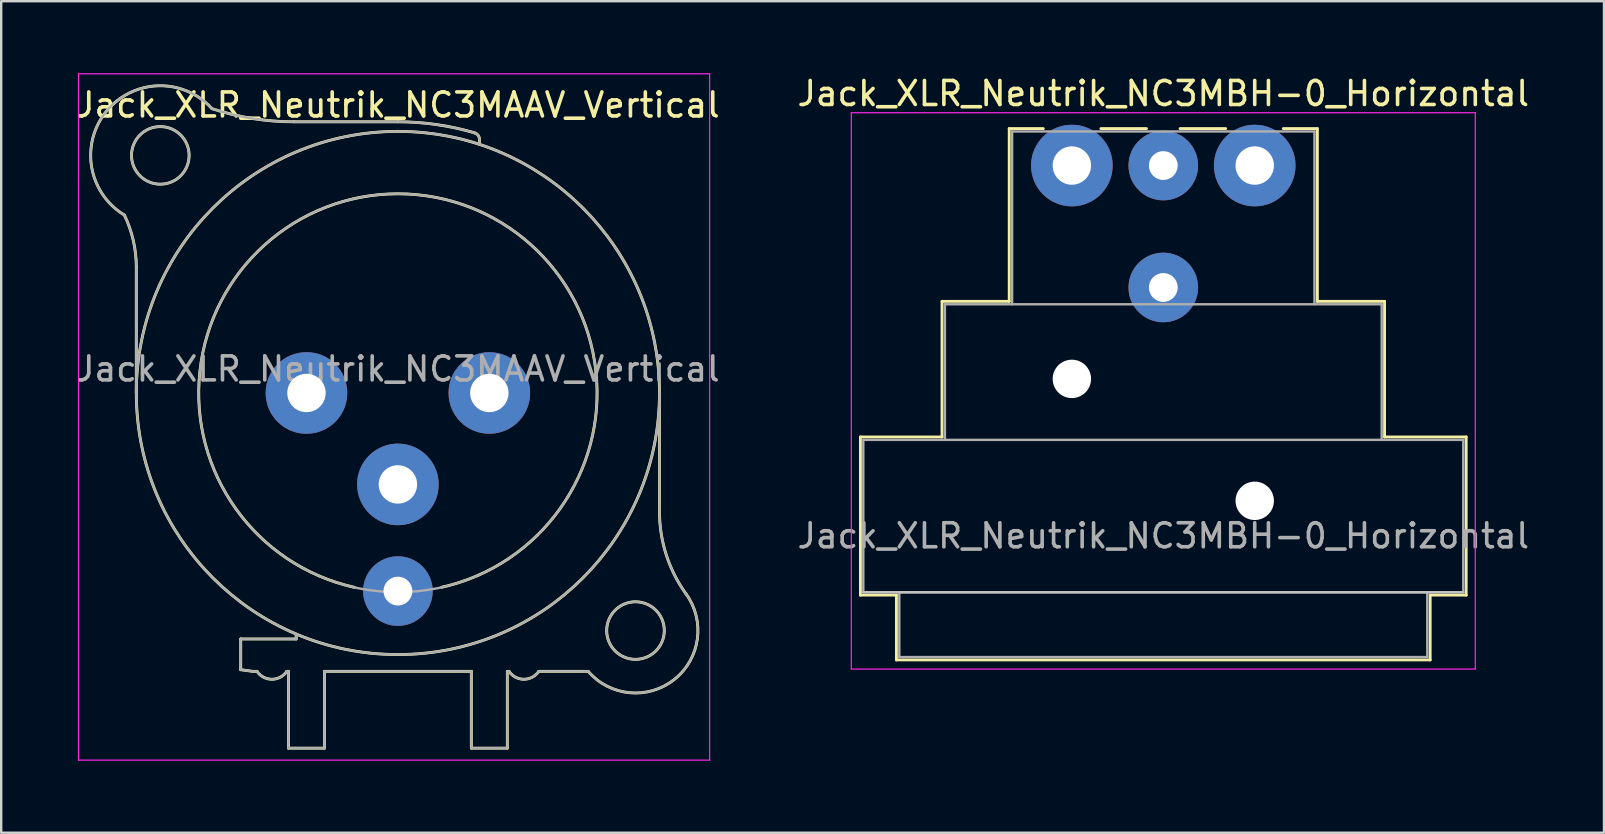
<source format=kicad_pcb>
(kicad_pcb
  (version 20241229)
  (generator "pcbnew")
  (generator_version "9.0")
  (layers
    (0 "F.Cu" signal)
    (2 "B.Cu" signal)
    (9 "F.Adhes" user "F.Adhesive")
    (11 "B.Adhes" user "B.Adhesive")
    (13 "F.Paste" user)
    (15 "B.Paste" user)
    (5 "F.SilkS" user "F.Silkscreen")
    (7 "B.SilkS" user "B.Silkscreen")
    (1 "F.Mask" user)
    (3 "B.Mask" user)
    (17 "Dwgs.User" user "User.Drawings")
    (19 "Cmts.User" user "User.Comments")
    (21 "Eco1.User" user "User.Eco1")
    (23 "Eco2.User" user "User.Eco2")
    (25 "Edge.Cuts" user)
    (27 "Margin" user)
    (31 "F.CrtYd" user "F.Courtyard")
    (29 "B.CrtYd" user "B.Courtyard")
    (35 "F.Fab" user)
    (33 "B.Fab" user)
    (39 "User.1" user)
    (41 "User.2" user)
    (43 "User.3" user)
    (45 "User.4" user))
  (footprint "Jack_XLR_Neutrik_NC3MBH-0_Horizontal"
    (layer "F.Cu")
    (at 41.613 3.848)
    (property "Reference" "Jack_XLR_Neutrik_NC3MBH-0_Horizontal" (at 3.81 -3 0) (layer "F.SilkS") (effects (font (size 1 1) (thickness 0.15))))
    (attr through_hole)
    (fp_line (start -8.81 11.31) (end -5.41 11.31) (stroke (width 0.12) (type solid)) (layer "F.SilkS"))
    (fp_line (start -8.81 17.9) (end -8.81 11.31) (stroke (width 0.12) (type solid)) (layer "F.SilkS"))
    (fp_line (start -7.31 17.9) (end -8.81 17.9) (stroke (width 0.12) (type solid)) (layer "F.SilkS"))
    (fp_line (start -7.31 17.9) (end -7.31 20.6) (stroke (width 0.12) (type solid)) (layer "F.SilkS"))
    (fp_line (start -5.41 11.31) (end -5.41 5.66) (stroke (width 0.12) (type solid)) (layer "F.SilkS"))
    (fp_line (start -2.61 5.66) (end -5.41 5.66) (stroke (width 0.12) (type solid)) (layer "F.SilkS"))
    (fp_line (start -2.61 5.66) (end -2.61 -1.54) (stroke (width 0.12) (type solid)) (layer "F.SilkS"))
    (fp_line (start -1.19 -1.54) (end -2.61 -1.54) (stroke (width 0.12) (type solid)) (layer "F.SilkS"))
    (fp_line (start 3.11 -1.54) (end 1.21 -1.54) (stroke (width 0.12) (type solid)) (layer "F.SilkS"))
    (fp_line (start 4.51 -1.54) (end 6.41 -1.54) (stroke (width 0.12) (type solid)) (layer "F.SilkS"))
    (fp_line (start 10.23 -1.54) (end 8.81 -1.54) (stroke (width 0.12) (type solid)) (layer "F.SilkS"))
    (fp_line (start 10.23 5.66) (end 10.23 -1.54) (stroke (width 0.12) (type solid)) (layer "F.SilkS"))
    (fp_line (start 10.23 5.66) (end 13.03 5.66) (stroke (width 0.12) (type solid)) (layer "F.SilkS"))
    (fp_line (start 13.03 11.31) (end 13.03 5.66) (stroke (width 0.12) (type solid)) (layer "F.SilkS"))
    (fp_line (start 13.03 11.31) (end 16.43 11.31) (stroke (width 0.12) (type solid)) (layer "F.SilkS"))
    (fp_line (start 14.93 17.9) (end 14.93 20.6) (stroke (width 0.12) (type solid)) (layer "F.SilkS"))
    (fp_line (start 14.93 20.6) (end -7.31 20.6) (stroke (width 0.12) (type solid)) (layer "F.SilkS"))
    (fp_line (start 16.43 17.9) (end 14.93 17.9) (stroke (width 0.12) (type solid)) (layer "F.SilkS"))
    (fp_line (start 16.43 17.9) (end 16.43 11.31) (stroke (width 0.12) (type solid)) (layer "F.SilkS"))
    (fp_line (start 16.31 17.78) (end -8.69 17.78) (stroke (width 0.1) (type solid)) (layer "Dwgs.User"))
    (fp_line (start -9.19 20.98) (end -9.19 -2.2) (stroke (width 0.05) (type solid)) (layer "F.CrtYd"))
    (fp_line (start 16.81 -2.2) (end -9.19 -2.2) (stroke (width 0.05) (type solid)) (layer "F.CrtYd"))
    (fp_line (start 16.81 20.98) (end -9.19 20.98) (stroke (width 0.05) (type solid)) (layer "F.CrtYd"))
    (fp_line (start 16.81 20.98) (end 16.81 -2.2) (stroke (width 0.05) (type solid)) (layer "F.CrtYd"))
    (fp_line (start -8.69 11.43) (end 16.31 11.43) (stroke (width 0.1) (type solid)) (layer "F.Fab"))
    (fp_line (start -8.69 17.78) (end -8.69 11.43) (stroke (width 0.1) (type solid)) (layer "F.Fab"))
    (fp_line (start -7.19 20.48) (end -7.19 17.78) (stroke (width 0.1) (type solid)) (layer "F.Fab"))
    (fp_line (start -5.29 5.78) (end -5.29 11.43) (stroke (width 0.1) (type solid)) (layer "F.Fab"))
    (fp_line (start -5.29 5.78) (end 12.91 5.78) (stroke (width 0.1) (type solid)) (layer "F.Fab"))
    (fp_line (start -2.49 5.78) (end -2.49 -1.42) (stroke (width 0.1) (type solid)) (layer "F.Fab"))
    (fp_line (start 10.11 -1.42) (end -2.49 -1.42) (stroke (width 0.1) (type solid)) (layer "F.Fab"))
    (fp_line (start 10.11 5.78) (end 10.11 -1.42) (stroke (width 0.1) (type solid)) (layer "F.Fab"))
    (fp_line (start 12.91 11.43) (end 12.91 5.78) (stroke (width 0.1) (type solid)) (layer "F.Fab"))
    (fp_line (start 14.81 17.78) (end 14.81 20.48) (stroke (width 0.1) (type solid)) (layer "F.Fab"))
    (fp_line (start 14.81 20.48) (end -7.19 20.48) (stroke (width 0.1) (type solid)) (layer "F.Fab"))
    (fp_line (start 16.31 11.43) (end 16.31 17.78) (stroke (width 0.1) (type solid)) (layer "F.Fab"))
    (fp_line (start 16.31 17.78) (end -8.69 17.78) (stroke (width 0.1) (type solid)) (layer "F.Fab"))
    (fp_text user "${REFERENCE}" (at 3.81 15.43 0) (layer "F.Fab") (effects (font (size 1 1) (thickness 0.15))))
    (pad "" np_thru_hole circle (at 0 8.89) (size 1.6 1.6) (drill 1.6) (layers "*.Cu" "*.Mask"))
    (pad "" np_thru_hole circle (at 7.62 13.97) (size 1.6 1.6) (drill 1.6) (layers "*.Cu" "*.Mask"))
    (pad "1" thru_hole circle (at 0 0) (size 3.4 3.4) (drill 1.6) (layers "*.Cu" "*.Mask"))
    (pad "2" thru_hole circle (at 7.62 0) (size 3.4 3.4) (drill 1.6) (layers "*.Cu" "*.Mask"))
    (pad "3" thru_hole circle (at 3.81 0) (size 2.9 2.9) (drill 1.2) (layers "*.Cu" "*.Mask"))
    (pad "G" thru_hole circle (at 3.81 5.08) (size 2.9 2.9) (drill 1.2) (layers "*.Cu" "*.Mask")))
  (footprint "Jack_XLR_Neutrik_NC3MAAV_Vertical"
    (layer "F.Cu")
    (at 9.72 13.325)
    (property "Reference" "Jack_XLR_Neutrik_NC3MAAV_Vertical" (at 3.81 -12 0) (layer "F.SilkS") (effects (font (size 1 1) (thickness 0.15))))
    (attr through_hole)
    (fp_line (start -7.09 -5.24) (end -7.09 0) (stroke (width 0.12) (type solid)) (layer "F.SilkS"))
    (fp_line (start -2.74 11.53) (end -2.74 10.25) (stroke (width 0.12) (type solid)) (layer "F.SilkS"))
    (fp_line (start -2.74 11.53) (end -2.24 11.6) (stroke (width 0.12) (type solid)) (layer "F.SilkS"))
    (fp_line (start -2.24 11.6) (end -2.06 11.6) (stroke (width 0.12) (type solid)) (layer "F.SilkS"))
    (fp_line (start -0.75 11.6) (end -0.82 11.6) (stroke (width 0.12) (type solid)) (layer "F.SilkS"))
    (fp_line (start -0.75 11.6) (end -0.75 14.8) (stroke (width 0.12) (type solid)) (layer "F.SilkS"))
    (fp_line (start -0.43 10.25) (end -2.74 10.25) (stroke (width 0.12) (type solid)) (layer "F.SilkS"))
    (fp_line (start -0.43 10.25) (end -0.43 10.05) (stroke (width 0.12) (type solid)) (layer "F.SilkS"))
    (fp_line (start 0.75 11.6) (end 0.75 14.8) (stroke (width 0.12) (type solid)) (layer "F.SilkS"))
    (fp_line (start 0.75 11.6) (end 6.87 11.6) (stroke (width 0.12) (type solid)) (layer "F.SilkS"))
    (fp_line (start 0.75 14.8) (end -0.75 14.8) (stroke (width 0.12) (type solid)) (layer "F.SilkS"))
    (fp_line (start 3.81 -11.3) (end -0.53 -11.3) (stroke (width 0.12) (type solid)) (layer "F.SilkS"))
    (fp_line (start 6.87 11.6) (end 6.87 14.8) (stroke (width 0.12) (type solid)) (layer "F.SilkS"))
    (fp_line (start 7.21 -10.36) (end 7.21 -10.55) (stroke (width 0.12) (type solid)) (layer "F.SilkS"))
    (fp_line (start 8.37 11.6) (end 8.37 14.8) (stroke (width 0.12) (type solid)) (layer "F.SilkS"))
    (fp_line (start 8.37 11.6) (end 8.44 11.6) (stroke (width 0.12) (type solid)) (layer "F.SilkS"))
    (fp_line (start 8.37 14.8) (end 6.87 14.8) (stroke (width 0.12) (type solid)) (layer "F.SilkS"))
    (fp_line (start 9.68 11.6) (end 11.74 11.6) (stroke (width 0.12) (type solid)) (layer "F.SilkS"))
    (fp_line (start 14.71 4.95) (end 14.71 0) (stroke (width 0.12) (type solid)) (layer "F.SilkS"))
    (fp_arc (start -7.588965 -7.414421) (mid -8.331551 -11.74403) (end -3.94 -11.85) (stroke (width 0.12) (type solid)) (layer "F.SilkS"))
    (fp_arc (start -7.584615 -7.408295) (mid -7.215222 -6.351997) (end -7.09 -5.24) (stroke (width 0.12) (type solid)) (layer "F.SilkS"))
    (fp_arc (start -0.820521 11.600769) (mid -1.440464 11.928866) (end -2.06 11.6) (stroke (width 0.12) (type solid)) (layer "F.SilkS"))
    (fp_arc (start -0.53 -11.3) (mid -2.253923 -11.43719) (end -3.934451 -11.845305) (stroke (width 0.12) (type solid)) (layer "F.SilkS"))
    (fp_arc (start 2 8.1) (mid 3.802206 -8.299761) (end 5.635209 8.096586) (stroke (width 0.12) (type solid)) (layer "F.SilkS"))
    (fp_arc (start 3.81 -11.3) (mid 5.421707 -11.184471) (end 7.000458 -10.840248) (stroke (width 0.12) (type solid)) (layer "F.SilkS"))
    (fp_arc (start 7.004232 -10.837678) (mid 7.156013 -10.728814) (end 7.21 -10.55) (stroke (width 0.12) (type solid)) (layer "F.SilkS"))
    (fp_arc (start 9.679479 11.600769) (mid 9.059536 11.928866) (end 8.44 11.6) (stroke (width 0.12) (type solid)) (layer "F.SilkS"))
    (fp_arc (start 15.815277 8.372002) (mid 14.993173 6.748036) (end 14.71 4.95) (stroke (width 0.12) (type solid)) (layer "F.SilkS"))
    (fp_arc (start 15.815343 8.370807) (mid 15.326014 11.93946) (end 11.74 11.6) (stroke (width 0.12) (type solid)) (layer "F.SilkS"))
    (fp_circle (center -6.09 -9.9) (end -4.89 -9.9) (stroke (width 0.12) (type solid)) (fill no) (layer "F.SilkS"))
    (fp_circle (center 3.81 0) (end 14.71 0) (stroke (width 0.12) (type solid)) (fill no) (layer "F.SilkS"))
    (fp_circle (center 13.71 9.9) (end 14.91 9.9) (stroke (width 0.12) (type solid)) (fill no) (layer "F.SilkS"))
    (fp_line (start -9.5 -13.3) (end 16.8 -13.3) (stroke (width 0.05) (type solid)) (layer "F.CrtYd"))
    (fp_line (start -9.5 15.3) (end -9.5 -13.3) (stroke (width 0.05) (type solid)) (layer "F.CrtYd"))
    (fp_line (start 16.8 -13.3) (end 16.8 15.3) (stroke (width 0.05) (type solid)) (layer "F.CrtYd"))
    (fp_line (start 16.8 15.3) (end -9.5 15.3) (stroke (width 0.05) (type solid)) (layer "F.CrtYd"))
    (fp_line (start -7.09 -5.24) (end -7.09 0) (stroke (width 0.1) (type solid)) (layer "F.Fab"))
    (fp_line (start -2.74 11.53) (end -2.74 10.25) (stroke (width 0.1) (type solid)) (layer "F.Fab"))
    (fp_line (start -2.74 11.53) (end -2.24 11.6) (stroke (width 0.1) (type solid)) (layer "F.Fab"))
    (fp_line (start -2.24 11.6) (end -2.06 11.6) (stroke (width 0.1) (type solid)) (layer "F.Fab"))
    (fp_line (start -0.75 11.6) (end -0.82 11.6) (stroke (width 0.1) (type solid)) (layer "F.Fab"))
    (fp_line (start -0.75 11.6) (end -0.75 14.8) (stroke (width 0.1) (type solid)) (layer "F.Fab"))
    (fp_line (start -0.43 10.25) (end -2.74 10.25) (stroke (width 0.1) (type solid)) (layer "F.Fab"))
    (fp_line (start -0.43 10.25) (end -0.43 10.05) (stroke (width 0.1) (type solid)) (layer "F.Fab"))
    (fp_line (start 0.75 11.6) (end 0.75 14.8) (stroke (width 0.1) (type solid)) (layer "F.Fab"))
    (fp_line (start 0.75 11.6) (end 6.87 11.6) (stroke (width 0.1) (type solid)) (layer "F.Fab"))
    (fp_line (start 0.75 14.8) (end -0.75 14.8) (stroke (width 0.1) (type solid)) (layer "F.Fab"))
    (fp_line (start 3.81 -11.3) (end -0.53 -11.3) (stroke (width 0.1) (type solid)) (layer "F.Fab"))
    (fp_line (start 6.87 11.6) (end 6.87 14.8) (stroke (width 0.1) (type solid)) (layer "F.Fab"))
    (fp_line (start 7.21 -10.36) (end 7.21 -10.55) (stroke (width 0.1) (type solid)) (layer "F.Fab"))
    (fp_line (start 8.37 11.6) (end 8.37 14.8) (stroke (width 0.1) (type solid)) (layer "F.Fab"))
    (fp_line (start 8.37 11.6) (end 8.44 11.6) (stroke (width 0.1) (type solid)) (layer "F.Fab"))
    (fp_line (start 8.37 14.8) (end 6.87 14.8) (stroke (width 0.1) (type solid)) (layer "F.Fab"))
    (fp_line (start 9.68 11.6) (end 11.74 11.6) (stroke (width 0.1) (type solid)) (layer "F.Fab"))
    (fp_line (start 14.71 4.95) (end 14.71 0) (stroke (width 0.1) (type solid)) (layer "F.Fab"))
    (fp_arc (start -7.588965 -7.414421) (mid -8.331551 -11.74403) (end -3.94 -11.85) (stroke (width 0.1) (type solid)) (layer "F.Fab"))
    (fp_arc (start -7.584615 -7.408295) (mid -7.215222 -6.351997) (end -7.09 -5.24) (stroke (width 0.1) (type solid)) (layer "F.Fab"))
    (fp_arc (start -0.820521 11.600769) (mid -1.440464 11.928866) (end -2.06 11.6) (stroke (width 0.1) (type solid)) (layer "F.Fab"))
    (fp_arc (start -0.53 -11.3) (mid -2.253923 -11.43719) (end -3.934451 -11.845305) (stroke (width 0.1) (type solid)) (layer "F.Fab"))
    (fp_arc (start 3.81 -11.3) (mid 5.421707 -11.184471) (end 7.000458 -10.840248) (stroke (width 0.1) (type solid)) (layer "F.Fab"))
    (fp_arc (start 7.004232 -10.837678) (mid 7.156013 -10.728814) (end 7.21 -10.55) (stroke (width 0.1) (type solid)) (layer "F.Fab"))
    (fp_arc (start 9.679479 11.600769) (mid 9.059536 11.928866) (end 8.44 11.6) (stroke (width 0.1) (type solid)) (layer "F.Fab"))
    (fp_arc (start 15.815277 8.372002) (mid 14.993173 6.748036) (end 14.71 4.95) (stroke (width 0.1) (type solid)) (layer "F.Fab"))
    (fp_arc (start 15.815343 8.370807) (mid 15.326014 11.93946) (end 11.74 11.6) (stroke (width 0.1) (type solid)) (layer "F.Fab"))
    (fp_circle (center -6.09 -9.9) (end -4.89 -9.9) (stroke (width 0.1) (type solid)) (fill no) (layer "F.Fab"))
    (fp_circle (center 3.81 0) (end 12.11 0) (stroke (width 0.1) (type solid)) (fill no) (layer "F.Fab"))
    (fp_circle (center 3.81 0) (end 14.71 0) (stroke (width 0.1) (type solid)) (fill no) (layer "F.Fab"))
    (fp_circle (center 13.71 9.9) (end 14.91 9.9) (stroke (width 0.1) (type solid)) (fill no) (layer "F.Fab"))
    (fp_text user "${REFERENCE}" (at 3.81 -1 0) (layer "F.Fab") (effects (font (size 1 1) (thickness 0.15))))
    (pad "1" thru_hole circle (at 0 0) (size 3.4 3.4) (drill 1.6) (layers "*.Cu" "*.Mask"))
    (pad "2" thru_hole circle (at 7.62 0) (size 3.4 3.4) (drill 1.6) (layers "*.Cu" "*.Mask"))
    (pad "3" thru_hole circle (at 3.81 3.81) (size 3.4 3.4) (drill 1.6) (layers "*.Cu" "*.Mask"))
    (pad "G" thru_hole circle (at 3.81 8.255) (size 2.9 2.9) (drill 1.2) (layers "*.Cu" "*.Mask")))
  (gr_rect
    (start -3 -3)
    (end 63.786 31.65)
    (stroke (width 0.1) (type default))
    (fill no)
    (layer "Edge.Cuts")))
</source>
